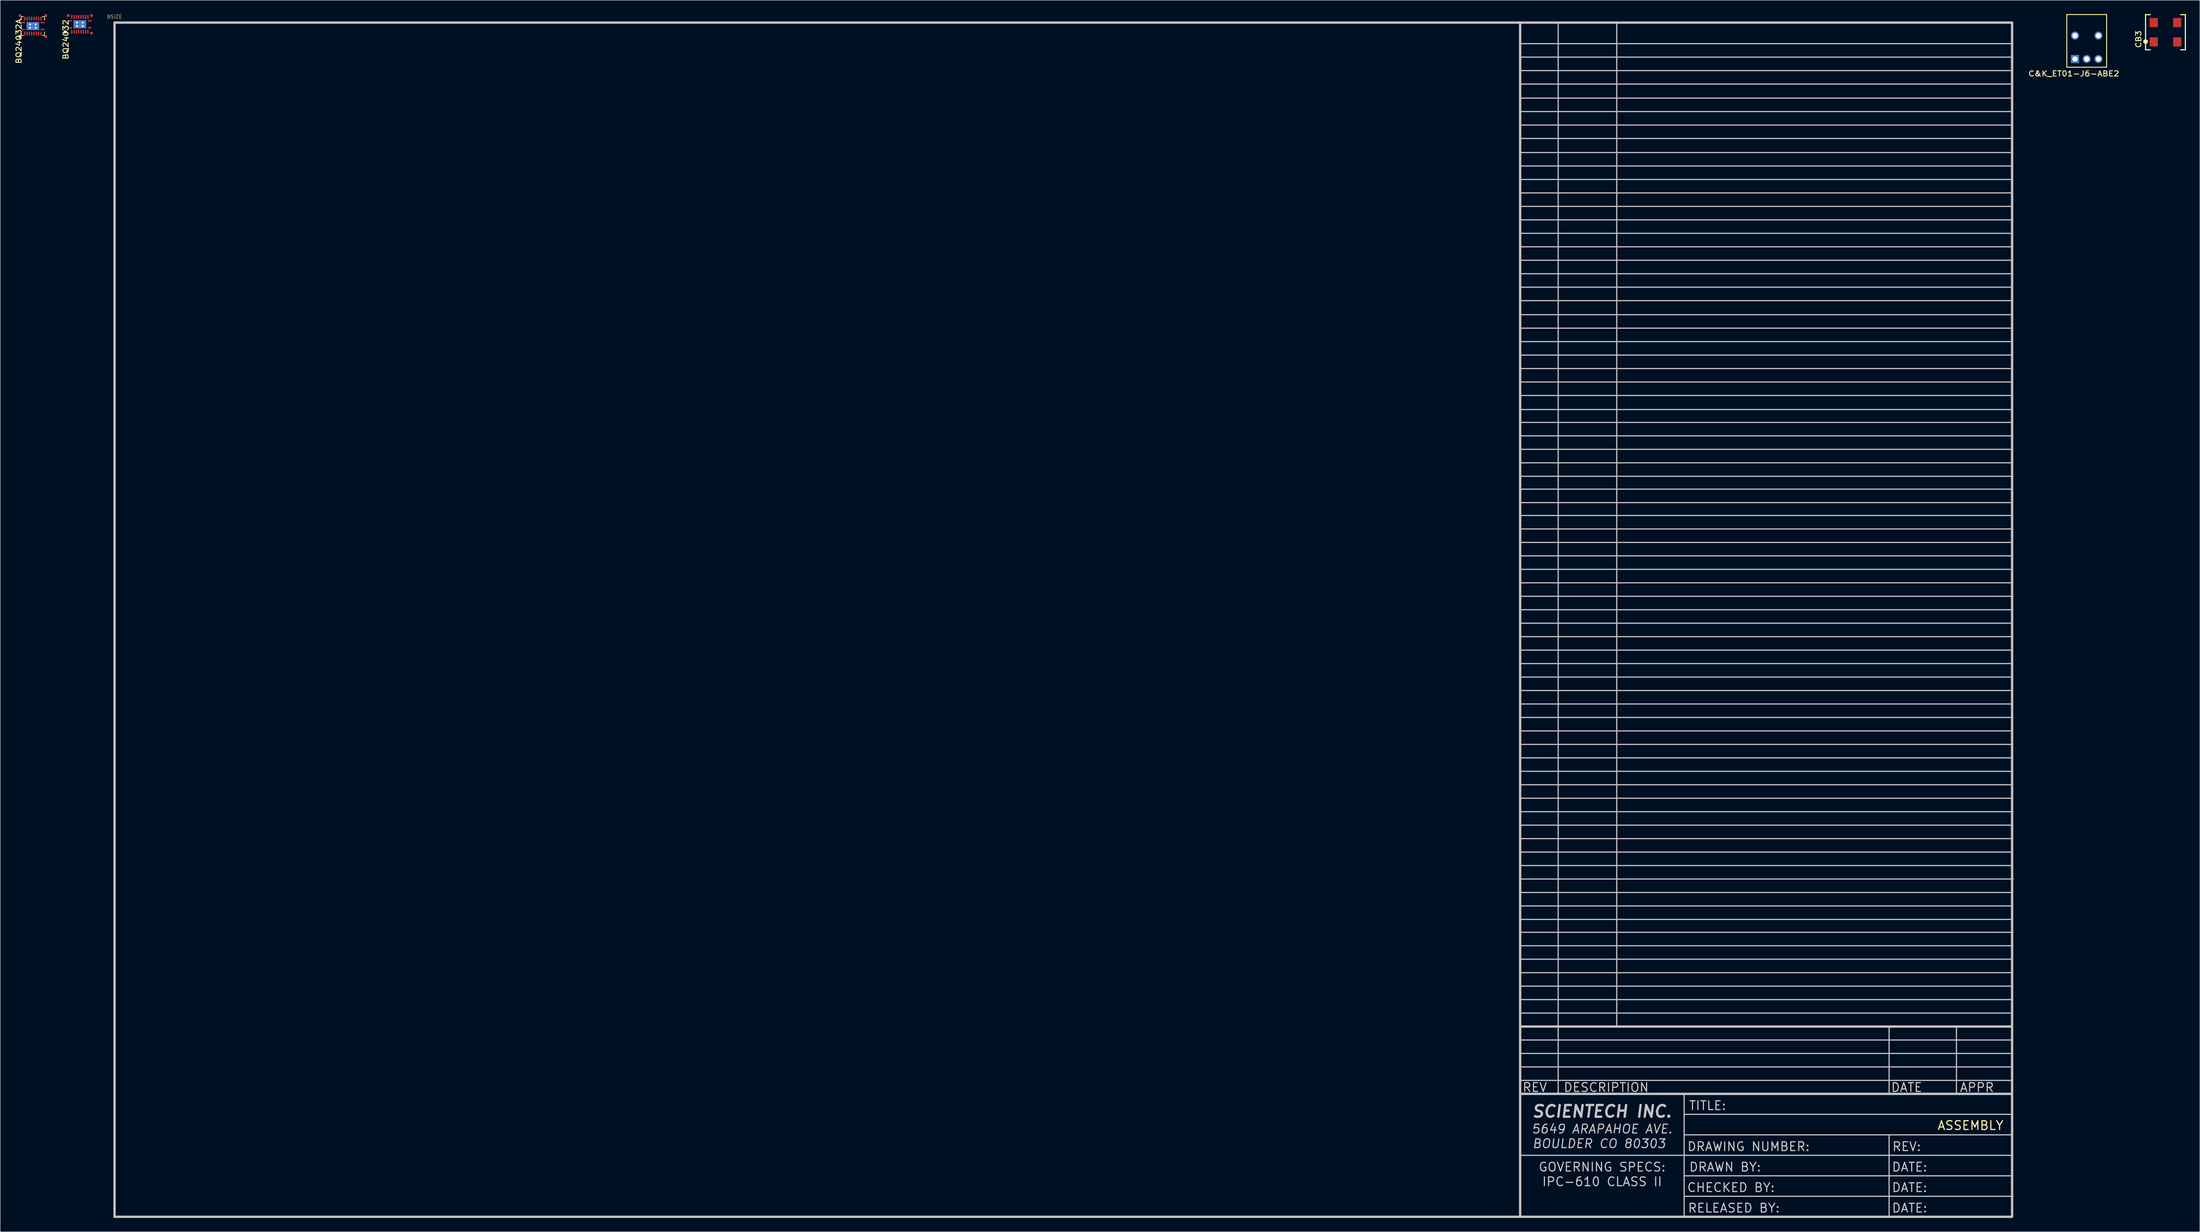
<source format=kicad_pcb>
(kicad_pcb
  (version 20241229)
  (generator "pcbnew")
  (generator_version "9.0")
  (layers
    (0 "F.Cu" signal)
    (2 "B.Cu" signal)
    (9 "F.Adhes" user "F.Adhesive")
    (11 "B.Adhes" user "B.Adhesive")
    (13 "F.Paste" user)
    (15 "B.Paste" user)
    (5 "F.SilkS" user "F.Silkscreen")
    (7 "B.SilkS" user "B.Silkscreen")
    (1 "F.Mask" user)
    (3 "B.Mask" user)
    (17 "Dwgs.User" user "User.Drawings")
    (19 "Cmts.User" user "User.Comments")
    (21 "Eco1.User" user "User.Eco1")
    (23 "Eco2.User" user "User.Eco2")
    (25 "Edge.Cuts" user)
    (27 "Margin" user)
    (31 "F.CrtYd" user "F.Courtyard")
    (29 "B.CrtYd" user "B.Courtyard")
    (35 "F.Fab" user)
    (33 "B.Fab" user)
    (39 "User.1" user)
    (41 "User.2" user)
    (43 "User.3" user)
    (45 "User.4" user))
  (footprint "BSIZE"
    (layer "F.Cu")
    (at 21.786 1.85)
    (property "Reference" "BSIZE" (at 0 -1.27 0) (layer "F.SilkS") (effects (font (size 0.762 0.762) (thickness 0.076))))
    (attr through_hole)
    (fp_line (start 0 0) (end 411.48 0) (stroke (width 0.508) (type solid)) (layer "Dwgs.User"))
    (fp_line (start 0 259.08) (end 0 0) (stroke (width 0.508) (type solid)) (layer "Dwgs.User"))
    (fp_line (start 0 259.08) (end 411.48 259.08) (stroke (width 0.508) (type solid)) (layer "Dwgs.User"))
    (fp_line (start 304.8 4.572) (end 411.48 4.572) (stroke (width 0.254) (type solid)) (layer "Dwgs.User"))
    (fp_line (start 304.8 7.493) (end 411.48 7.493) (stroke (width 0.254) (type solid)) (layer "Dwgs.User"))
    (fp_line (start 304.8 13.335) (end 411.48 13.335) (stroke (width 0.254) (type solid)) (layer "Dwgs.User"))
    (fp_line (start 304.8 16.383) (end 411.48 16.383) (stroke (width 0.254) (type solid)) (layer "Dwgs.User"))
    (fp_line (start 304.8 22.225) (end 411.48 22.225) (stroke (width 0.254) (type solid)) (layer "Dwgs.User"))
    (fp_line (start 304.8 25.146) (end 411.48 25.146) (stroke (width 0.254) (type solid)) (layer "Dwgs.User"))
    (fp_line (start 304.8 31.115) (end 411.48 31.115) (stroke (width 0.254) (type solid)) (layer "Dwgs.User"))
    (fp_line (start 304.8 34.036) (end 411.48 34.036) (stroke (width 0.254) (type solid)) (layer "Dwgs.User"))
    (fp_line (start 304.8 39.878) (end 411.48 39.878) (stroke (width 0.254) (type solid)) (layer "Dwgs.User"))
    (fp_line (start 304.8 45.72) (end 411.48 45.72) (stroke (width 0.254) (type solid)) (layer "Dwgs.User"))
    (fp_line (start 304.8 48.641) (end 411.48 48.641) (stroke (width 0.254) (type solid)) (layer "Dwgs.User"))
    (fp_line (start 304.8 54.483) (end 411.48 54.483) (stroke (width 0.254) (type solid)) (layer "Dwgs.User"))
    (fp_line (start 304.8 60.325) (end 411.48 60.325) (stroke (width 0.254) (type solid)) (layer "Dwgs.User"))
    (fp_line (start 304.8 63.373) (end 411.48 63.373) (stroke (width 0.254) (type solid)) (layer "Dwgs.User"))
    (fp_line (start 304.8 66.294) (end 411.48 66.294) (stroke (width 0.254) (type solid)) (layer "Dwgs.User"))
    (fp_line (start 304.8 72.136) (end 411.48 72.136) (stroke (width 0.254) (type solid)) (layer "Dwgs.User"))
    (fp_line (start 304.8 75.057) (end 411.48 75.057) (stroke (width 0.254) (type solid)) (layer "Dwgs.User"))
    (fp_line (start 304.8 80.899) (end 411.48 80.899) (stroke (width 0.254) (type solid)) (layer "Dwgs.User"))
    (fp_line (start 304.8 83.947) (end 411.48 83.947) (stroke (width 0.254) (type solid)) (layer "Dwgs.User"))
    (fp_line (start 304.8 89.662) (end 411.48 89.662) (stroke (width 0.254) (type solid)) (layer "Dwgs.User"))
    (fp_line (start 304.8 92.583) (end 411.48 92.583) (stroke (width 0.254) (type solid)) (layer "Dwgs.User"))
    (fp_line (start 304.8 98.425) (end 411.48 98.425) (stroke (width 0.254) (type solid)) (layer "Dwgs.User"))
    (fp_line (start 304.8 101.219) (end 411.48 101.219) (stroke (width 0.254) (type solid)) (layer "Dwgs.User"))
    (fp_line (start 304.8 106.934) (end 411.48 106.934) (stroke (width 0.254) (type solid)) (layer "Dwgs.User"))
    (fp_line (start 304.8 109.855) (end 411.48 109.855) (stroke (width 0.254) (type solid)) (layer "Dwgs.User"))
    (fp_line (start 304.8 115.697) (end 411.48 115.697) (stroke (width 0.254) (type solid)) (layer "Dwgs.User"))
    (fp_line (start 304.8 118.618) (end 411.48 118.618) (stroke (width 0.254) (type solid)) (layer "Dwgs.User"))
    (fp_line (start 304.8 121.539) (end 411.48 121.539) (stroke (width 0.254) (type solid)) (layer "Dwgs.User"))
    (fp_line (start 304.8 127.381) (end 411.48 127.381) (stroke (width 0.254) (type solid)) (layer "Dwgs.User"))
    (fp_line (start 304.8 133.223) (end 411.48 133.223) (stroke (width 0.254) (type solid)) (layer "Dwgs.User"))
    (fp_line (start 304.8 139.065) (end 411.48 139.065) (stroke (width 0.254) (type solid)) (layer "Dwgs.User"))
    (fp_line (start 304.8 144.907) (end 411.48 144.907) (stroke (width 0.254) (type solid)) (layer "Dwgs.User"))
    (fp_line (start 304.8 150.749) (end 411.48 150.749) (stroke (width 0.254) (type solid)) (layer "Dwgs.User"))
    (fp_line (start 304.8 156.591) (end 411.48 156.591) (stroke (width 0.254) (type solid)) (layer "Dwgs.User"))
    (fp_line (start 304.8 162.433) (end 411.48 162.433) (stroke (width 0.254) (type solid)) (layer "Dwgs.User"))
    (fp_line (start 304.8 165.354) (end 411.48 165.354) (stroke (width 0.254) (type solid)) (layer "Dwgs.User"))
    (fp_line (start 304.8 171.196) (end 411.48 171.196) (stroke (width 0.254) (type solid)) (layer "Dwgs.User"))
    (fp_line (start 304.8 177.038) (end 411.48 177.038) (stroke (width 0.254) (type solid)) (layer "Dwgs.User"))
    (fp_line (start 304.8 188.722) (end 411.48 188.722) (stroke (width 0.254) (type solid)) (layer "Dwgs.User"))
    (fp_line (start 304.8 191.643) (end 411.48 191.643) (stroke (width 0.254) (type solid)) (layer "Dwgs.User"))
    (fp_line (start 304.8 197.358) (end 411.48 197.358) (stroke (width 0.254) (type solid)) (layer "Dwgs.User"))
    (fp_line (start 304.8 203.2) (end 411.48 203.2) (stroke (width 0.254) (type solid)) (layer "Dwgs.User"))
    (fp_line (start 304.8 209.042) (end 411.48 209.042) (stroke (width 0.254) (type solid)) (layer "Dwgs.User"))
    (fp_line (start 304.8 226.568) (end 411.48 226.568) (stroke (width 0.254) (type solid)) (layer "Dwgs.User"))
    (fp_line (start 304.8 232.41) (end 411.48 232.41) (stroke (width 0.508) (type solid)) (layer "Dwgs.User"))
    (fp_line (start 304.8 245.745) (end 411.48 245.745) (stroke (width 0.254) (type solid)) (layer "Dwgs.User"))
    (fp_line (start 304.8 259.08) (end 304.8 0) (stroke (width 0.508) (type solid)) (layer "Dwgs.User"))
    (fp_line (start 304.927 214.884) (end 411.607 214.884) (stroke (width 0.254) (type solid)) (layer "Dwgs.User"))
    (fp_line (start 304.927 220.726) (end 411.607 220.726) (stroke (width 0.254) (type solid)) (layer "Dwgs.User"))
    (fp_line (start 313.055 0) (end 313.055 232.41) (stroke (width 0.254) (type solid)) (layer "Dwgs.User"))
    (fp_line (start 325.755 217.805) (end 325.755 0) (stroke (width 0.254) (type solid)) (layer "Dwgs.User"))
    (fp_line (start 340.36 241.3) (end 411.48 241.3) (stroke (width 0.254) (type solid)) (layer "Dwgs.User"))
    (fp_line (start 340.36 254.635) (end 411.48 254.635) (stroke (width 0.254) (type solid)) (layer "Dwgs.User"))
    (fp_line (start 340.36 259.08) (end 340.36 232.41) (stroke (width 0.254) (type solid)) (layer "Dwgs.User"))
    (fp_line (start 384.81 217.805) (end 384.81 232.41) (stroke (width 0.254) (type solid)) (layer "Dwgs.User"))
    (fp_line (start 384.81 259.08) (end 384.81 241.3) (stroke (width 0.254) (type solid)) (layer "Dwgs.User"))
    (fp_line (start 399.415 217.805) (end 399.415 232.41) (stroke (width 0.254) (type solid)) (layer "Dwgs.User"))
    (fp_line (start 411.48 0) (end 411.48 259.08) (stroke (width 0.508) (type solid)) (layer "Dwgs.User"))
    (fp_line (start 411.48 10.414) (end 304.8 10.414) (stroke (width 0.254) (type solid)) (layer "Dwgs.User"))
    (fp_line (start 411.48 19.304) (end 304.8 19.304) (stroke (width 0.254) (type solid)) (layer "Dwgs.User"))
    (fp_line (start 411.48 28.194) (end 304.8 28.194) (stroke (width 0.254) (type solid)) (layer "Dwgs.User"))
    (fp_line (start 411.48 36.957) (end 304.8 36.957) (stroke (width 0.254) (type solid)) (layer "Dwgs.User"))
    (fp_line (start 411.48 42.799) (end 304.8 42.799) (stroke (width 0.254) (type solid)) (layer "Dwgs.User"))
    (fp_line (start 411.48 51.562) (end 304.8 51.562) (stroke (width 0.254) (type solid)) (layer "Dwgs.User"))
    (fp_line (start 411.48 57.404) (end 304.8 57.404) (stroke (width 0.254) (type solid)) (layer "Dwgs.User"))
    (fp_line (start 411.48 69.215) (end 304.8 69.215) (stroke (width 0.254) (type solid)) (layer "Dwgs.User"))
    (fp_line (start 411.48 77.978) (end 304.8 77.978) (stroke (width 0.254) (type solid)) (layer "Dwgs.User"))
    (fp_line (start 411.48 86.741) (end 304.8 86.741) (stroke (width 0.254) (type solid)) (layer "Dwgs.User"))
    (fp_line (start 411.48 95.504) (end 304.8 95.504) (stroke (width 0.254) (type solid)) (layer "Dwgs.User"))
    (fp_line (start 411.48 104.14) (end 304.8 104.14) (stroke (width 0.254) (type solid)) (layer "Dwgs.User"))
    (fp_line (start 411.48 112.776) (end 304.8 112.776) (stroke (width 0.254) (type solid)) (layer "Dwgs.User"))
    (fp_line (start 411.48 124.46) (end 304.8 124.46) (stroke (width 0.254) (type solid)) (layer "Dwgs.User"))
    (fp_line (start 411.48 130.302) (end 304.8 130.302) (stroke (width 0.254) (type solid)) (layer "Dwgs.User"))
    (fp_line (start 411.48 136.144) (end 304.8 136.144) (stroke (width 0.254) (type solid)) (layer "Dwgs.User"))
    (fp_line (start 411.48 141.986) (end 304.8 141.986) (stroke (width 0.254) (type solid)) (layer "Dwgs.User"))
    (fp_line (start 411.48 147.828) (end 304.8 147.828) (stroke (width 0.254) (type solid)) (layer "Dwgs.User"))
    (fp_line (start 411.48 153.67) (end 304.8 153.67) (stroke (width 0.254) (type solid)) (layer "Dwgs.User"))
    (fp_line (start 411.48 159.512) (end 304.8 159.512) (stroke (width 0.254) (type solid)) (layer "Dwgs.User"))
    (fp_line (start 411.48 168.275) (end 304.8 168.275) (stroke (width 0.254) (type solid)) (layer "Dwgs.User"))
    (fp_line (start 411.48 174.117) (end 304.8 174.117) (stroke (width 0.254) (type solid)) (layer "Dwgs.User"))
    (fp_line (start 411.48 179.959) (end 304.8 179.959) (stroke (width 0.254) (type solid)) (layer "Dwgs.User"))
    (fp_line (start 411.48 182.88) (end 304.8 182.88) (stroke (width 0.254) (type solid)) (layer "Dwgs.User"))
    (fp_line (start 411.48 194.564) (end 304.8 194.564) (stroke (width 0.254) (type solid)) (layer "Dwgs.User"))
    (fp_line (start 411.48 200.279) (end 304.8 200.279) (stroke (width 0.254) (type solid)) (layer "Dwgs.User"))
    (fp_line (start 411.48 206.121) (end 304.8 206.121) (stroke (width 0.254) (type solid)) (layer "Dwgs.User"))
    (fp_line (start 411.48 211.963) (end 304.8 211.963) (stroke (width 0.254) (type solid)) (layer "Dwgs.User"))
    (fp_line (start 411.48 217.805) (end 304.8 217.805) (stroke (width 0.508) (type solid)) (layer "Dwgs.User"))
    (fp_line (start 411.48 223.647) (end 304.8 223.647) (stroke (width 0.254) (type solid)) (layer "Dwgs.User"))
    (fp_line (start 411.48 229.489) (end 304.8 229.489) (stroke (width 0.254) (type solid)) (layer "Dwgs.User"))
    (fp_line (start 411.48 236.855) (end 340.36 236.855) (stroke (width 0.254) (type solid)) (layer "Dwgs.User"))
    (fp_line (start 411.48 250.19) (end 340.36 250.19) (stroke (width 0.254) (type solid)) (layer "Dwgs.User"))
    (fp_line (start 411.734 185.801) (end 305.054 185.801) (stroke (width 0.254) (type solid)) (layer "Dwgs.User"))
    (fp_text user "ASSEMBLY" (at 402.463 239.268 0) (layer "F.SilkS") (effects (font (size 1.905 1.905) (thickness 0.254))))
    (fp_text user "APPR" (at 403.86 231.013 0) (layer "Dwgs.User") (effects (font (size 1.905 1.905) (thickness 0.254))))
    (fp_text user "DESCRIPTION" (at 323.469 231.013 0) (layer "Dwgs.User") (effects (font (size 1.905 1.905) (thickness 0.254))))
    (fp_text user "DATE" (at 388.62 231.013 0) (layer "Dwgs.User") (effects (font (size 1.905 1.905) (thickness 0.254))))
    (fp_text user "DRAWING NUMBER:" (at 354.33 243.84 0) (layer "Dwgs.User") (effects (font (size 1.905 1.905) (thickness 0.254))))
    (fp_text user "DATE:" (at 389.255 257.175 0) (layer "Dwgs.User") (effects (font (size 1.905 1.905) (thickness 0.254))))
    (fp_text user "GOVERNING SPECS:" (at 322.58 248.285 0) (layer "Dwgs.User") (effects (font (size 1.905 1.905) (thickness 0.254))))
    (fp_text user "DATE:" (at 389.255 252.73 0) (layer "Dwgs.User") (effects (font (size 1.905 1.905) (thickness 0.254))))
    (fp_text user "CHECKED BY:" (at 350.52 252.73 0) (layer "Dwgs.User") (effects (font (size 1.905 1.905) (thickness 0.254))))
    (fp_text user "SCIENTECH INC." (at 322.58 236.22 0) (layer "Dwgs.User") (effects (font (size 2.54 2.54) (thickness 0.508) (italic yes))))
    (fp_text user "IPC-610 CLASS II" (at 322.58 251.46 0) (layer "Dwgs.User") (effects (font (size 1.905 1.905) (thickness 0.254))))
    (fp_text user "BOULDER CO 80303" (at 321.945 243.205 0) (layer "Dwgs.User") (effects (font (size 1.905 1.905) (thickness 0.254) (italic yes))))
    (fp_text user "REV" (at 307.975 231.013 0) (layer "Dwgs.User") (effects (font (size 1.905 1.905) (thickness 0.254))))
    (fp_text user "DRAWN BY:" (at 349.25 248.285 0) (layer "Dwgs.User") (effects (font (size 1.905 1.905) (thickness 0.254))))
    (fp_text user "5649 ARAPAHOE AVE." (at 322.58 240.03 0) (layer "Dwgs.User") (effects (font (size 1.905 1.905) (thickness 0.254) (italic yes))))
    (fp_text user "REV:" (at 388.62 243.84 0) (layer "Dwgs.User") (effects (font (size 1.905 1.905) (thickness 0.254))))
    (fp_text user "TITLE:" (at 345.44 234.95 0) (layer "Dwgs.User") (effects (font (size 1.905 1.905) (thickness 0.254))))
    (fp_text user "DATE:" (at 389.255 248.285 0) (layer "Dwgs.User") (effects (font (size 1.905 1.905) (thickness 0.254))))
    (fp_text user "RELEASED BY:" (at 351.155 257.175 0) (layer "Dwgs.User") (effects (font (size 1.905 1.905) (thickness 0.254)))))
  (footprint "C&K_ET01-J6-ABE2"
    (layer "F.Cu")
    (at 449.447 9.754)
    (property "Reference" "C&K_ET01-J6-ABE2" (at -2.794 3.175 0) (layer "F.SilkS") (effects (font (size 1.143 1.27) (thickness 0.203))))
    (attr smd)
    (fp_line (start -4.318 1.778) (end -4.318 -9.652) (stroke (width 0.203) (type solid)) (layer "F.SilkS"))
    (fp_line (start 4.318 -9.652) (end -4.318 -9.652) (stroke (width 0.203) (type solid)) (layer "F.SilkS"))
    (fp_line (start 4.318 -9.652) (end 4.318 1.778) (stroke (width 0.203) (type solid)) (layer "F.SilkS"))
    (fp_line (start 4.318 1.778) (end -4.318 1.778) (stroke (width 0.203) (type solid)) (layer "F.SilkS"))
    (fp_line (start -4.318 -9.652) (end -4.318 1.778) (stroke (width 0.203) (type solid)) (layer "Eco1.User"))
    (fp_line (start -4.318 1.778) (end 4.318 1.778) (stroke (width 0.203) (type solid)) (layer "Eco1.User"))
    (fp_line (start 4.318 -9.652) (end -4.318 -9.652) (stroke (width 0.203) (type solid)) (layer "Eco1.User"))
    (fp_line (start 4.318 1.778) (end 4.318 -9.652) (stroke (width 0.203) (type solid)) (layer "Eco1.User"))
    (pad "1" thru_hole rect (at -2.54 0) (size 1.753 1.753) (drill 1.143) (layers "*.Cu" "*.Mask" "Eco1.User"))
    (pad "2" thru_hole circle (at 0 0) (size 1.753 1.753) (drill 1.143) (layers "*.Cu" "*.Mask" "Eco1.User"))
    (pad "3" thru_hole circle (at 2.54 0) (size 1.753 1.753) (drill 1.143) (layers "*.Cu" "*.Mask" "Eco1.User"))
    (pad "4" thru_hole circle (at 2.54 -5.08) (size 1.753 1.753) (drill 1.143) (layers "*.Cu" "*.Mask" "Eco1.User"))
    (pad "5" thru_hole circle (at -2.54 -5.08) (size 1.753 1.753) (drill 1.143) (layers "*.Cu" "*.Mask" "Eco1.User")))
  (footprint "BQ24032"
    (layer "F.Cu")
    (at 14.258 2.223)
    (property "Reference" "BQ24032" (at -3.048 3.302 90) (layer "F.SilkS") (effects (font (size 1.143 1.27) (thickness 0.203))))
    (attr smd)
    (pad "" smd rect (at -3.175 1.651) (size 0.635 0.635) (layers "F.Mask" "F.SilkS" "Eco1.User"))
    (pad "1" smd rect (at -2.112 0.75 90) (size 0.28 0.825) (layers "F.Cu" "F.Mask" "F.Paste" "Eco1.User"))
    (pad "2" smd rect (at -1.75 1.613) (size 0.28 0.825) (layers "F.Cu" "F.Mask" "F.Paste" "Eco1.User"))
    (pad "3" smd rect (at -1.25 1.613) (size 0.28 0.825) (layers "F.Cu" "F.Mask" "F.Paste" "Eco1.User"))
    (pad "4" smd rect (at -0.75 1.613) (size 0.28 0.825) (layers "F.Cu" "F.Mask" "F.Paste" "Eco1.User"))
    (pad "5" smd rect (at -0.25 1.613) (size 0.28 0.825) (layers "F.Cu" "F.Mask" "F.Paste" "Eco1.User"))
    (pad "6" smd rect (at 0.25 1.613) (size 0.28 0.825) (layers "F.Cu" "F.Mask" "F.Paste" "Eco1.User"))
    (pad "7" smd rect (at 0.75 1.613) (size 0.28 0.825) (layers "F.Cu" "F.Mask" "F.Paste" "Eco1.User"))
    (pad "8" smd rect (at 1.25 1.613) (size 0.28 0.825) (layers "F.Cu" "F.Mask" "F.Paste" "Eco1.User"))
    (pad "9" smd rect (at 1.75 1.613) (size 0.28 0.825) (layers "F.Cu" "F.Mask" "F.Paste" "Eco1.User"))
    (pad "10" smd rect (at 2.112 0.75 90) (size 0.28 0.825) (layers "F.Cu" "F.Mask" "F.Paste" "Eco1.User"))
    (pad "11" smd rect (at 2.112 -0.75 90) (size 0.28 0.825) (layers "F.Cu" "F.Mask" "F.Paste" "Eco1.User"))
    (pad "12" smd rect (at 1.75 -1.613) (size 0.28 0.825) (layers "F.Cu" "F.Mask" "F.Paste" "Eco1.User"))
    (pad "13" smd rect (at 1.25 -1.613) (size 0.28 0.825) (layers "F.Cu" "F.Mask" "F.Paste" "Eco1.User"))
    (pad "14" smd rect (at 0.75 -1.613) (size 0.28 0.825) (layers "F.Cu" "F.Mask" "F.Paste" "Eco1.User"))
    (pad "15" smd rect (at 0.25 -1.613) (size 0.28 0.825) (layers "F.Cu" "F.Mask" "F.Paste" "Eco1.User"))
    (pad "16" smd rect (at -0.25 -1.613) (size 0.28 0.825) (layers "F.Cu" "F.Mask" "F.Paste" "Eco1.User"))
    (pad "17" smd rect (at -0.75 -1.613) (size 0.28 0.825) (layers "F.Cu" "F.Mask" "F.Paste" "Eco1.User"))
    (pad "18" smd rect (at -1.25 -1.613) (size 0.28 0.825) (layers "F.Cu" "F.Mask" "F.Paste" "Eco1.User"))
    (pad "19" smd rect (at -1.75 -1.613) (size 0.28 0.825) (layers "F.Cu" "F.Mask" "F.Paste" "Eco1.User"))
    (pad "20" smd rect (at -2.112 -0.75 90) (size 0.28 0.825) (layers "F.Cu" "F.Mask" "F.Paste" "Eco1.User"))
    (pad "22" thru_hole rect (at -0.625 -0.375) (size 1.501 1.001) (drill 0.406) (layers "*.Cu" "*.Mask" "F.Paste"))
    (pad "22" thru_hole rect (at -0.625 0.375) (size 1.501 1.001) (drill 0.406) (layers "*.Cu" "*.Mask" "F.Paste"))
    (pad "22" thru_hole rect (at 0.625 -0.375) (size 1.501 1.001) (drill 0.406) (layers "*.Cu" "*.Mask" "F.Paste"))
    (pad "22" thru_hole rect (at 0.625 0.375) (size 1.501 1.001) (drill 0.406) (layers "*.Cu" "*.Mask" "F.Paste"))
    (pad "23" smd circle (at -2.54 -1.905) (size 0.635 0.635) (layers "F.Cu" "F.Mask"))
    (pad "23" smd circle (at 2.54 -1.905) (size 0.635 0.635) (layers "F.Cu" "F.Mask"))
    (pad "23" smd circle (at 2.54 1.905) (size 0.635 0.635) (layers "F.Cu" "F.Mask")))
  (footprint "BQ24032A"
    (layer "F.Cu")
    (at 4.073 2.603)
    (property "Reference" "BQ24032A" (at -3.048 3.302 90) (layer "F.SilkS") (effects (font (size 1.143 1.27) (thickness 0.203))))
    (attr smd)
    (fp_line (start -2.54 -2.032) (end -2.54 -1.27) (stroke (width 0.15) (type solid)) (layer "F.SilkS"))
    (fp_line (start -2.54 -2.032) (end -2.032 -2.032) (stroke (width 0.15) (type solid)) (layer "F.SilkS"))
    (fp_line (start -2.54 2.032) (end -2.54 1.27) (stroke (width 0.15) (type solid)) (layer "F.SilkS"))
    (fp_line (start -2.54 2.032) (end -2.032 2.032) (stroke (width 0.15) (type solid)) (layer "F.SilkS"))
    (fp_line (start 2.54 -2.032) (end 2.032 -2.032) (stroke (width 0.15) (type solid)) (layer "F.SilkS"))
    (fp_line (start 2.54 -2.032) (end 2.54 -1.27) (stroke (width 0.15) (type solid)) (layer "F.SilkS"))
    (fp_line (start 2.54 2.032) (end 2.032 2.032) (stroke (width 0.15) (type solid)) (layer "F.SilkS"))
    (fp_line (start 2.54 2.032) (end 2.54 1.27) (stroke (width 0.15) (type solid)) (layer "F.SilkS"))
    (pad "" smd rect (at -2.794 2.286) (size 0.635 0.635) (layers "F.Mask" "F.SilkS" "Eco1.User"))
    (pad "1" smd rect (at -2.112 0.75 90) (size 0.28 0.825) (layers "F.Cu" "F.Mask" "F.Paste" "Eco1.User"))
    (pad "2" smd rect (at -1.75 1.613) (size 0.28 0.825) (layers "F.Cu" "F.Mask" "F.Paste" "Eco1.User"))
    (pad "3" smd rect (at -1.25 1.613) (size 0.28 0.825) (layers "F.Cu" "F.Mask" "F.Paste" "Eco1.User"))
    (pad "4" smd rect (at -0.75 1.613) (size 0.28 0.825) (layers "F.Cu" "F.Mask" "F.Paste" "Eco1.User"))
    (pad "5" smd rect (at -0.25 1.613) (size 0.28 0.825) (layers "F.Cu" "F.Mask" "F.Paste" "Eco1.User"))
    (pad "6" smd rect (at 0.25 1.613) (size 0.28 0.825) (layers "F.Cu" "F.Mask" "F.Paste" "Eco1.User"))
    (pad "7" smd rect (at 0.75 1.613) (size 0.28 0.825) (layers "F.Cu" "F.Mask" "F.Paste" "Eco1.User"))
    (pad "8" smd rect (at 1.25 1.613) (size 0.28 0.825) (layers "F.Cu" "F.Mask" "F.Paste" "Eco1.User"))
    (pad "9" smd rect (at 1.75 1.613) (size 0.28 0.825) (layers "F.Cu" "F.Mask" "F.Paste" "Eco1.User"))
    (pad "10" smd rect (at 2.112 0.75 90) (size 0.28 0.825) (layers "F.Cu" "F.Mask" "F.Paste" "Eco1.User"))
    (pad "11" smd rect (at 2.112 -0.75 90) (size 0.28 0.825) (layers "F.Cu" "F.Mask" "F.Paste" "Eco1.User"))
    (pad "12" smd rect (at 1.75 -1.613) (size 0.28 0.825) (layers "F.Cu" "F.Mask" "F.Paste" "Eco1.User"))
    (pad "13" smd rect (at 1.25 -1.613) (size 0.28 0.825) (layers "F.Cu" "F.Mask" "F.Paste" "Eco1.User"))
    (pad "14" smd rect (at 0.75 -1.613) (size 0.28 0.825) (layers "F.Cu" "F.Mask" "F.Paste" "Eco1.User"))
    (pad "15" smd rect (at 0.25 -1.613) (size 0.28 0.825) (layers "F.Cu" "F.Mask" "F.Paste" "Eco1.User"))
    (pad "16" smd rect (at -0.25 -1.613) (size 0.28 0.825) (layers "F.Cu" "F.Mask" "F.Paste" "Eco1.User"))
    (pad "17" smd rect (at -0.75 -1.613) (size 0.28 0.825) (layers "F.Cu" "F.Mask" "F.Paste" "Eco1.User"))
    (pad "18" smd rect (at -1.25 -1.613) (size 0.28 0.825) (layers "F.Cu" "F.Mask" "F.Paste" "Eco1.User"))
    (pad "19" smd rect (at -1.75 -1.613) (size 0.28 0.825) (layers "F.Cu" "F.Mask" "F.Paste" "Eco1.User"))
    (pad "20" smd rect (at -2.112 -0.75 90) (size 0.28 0.825) (layers "F.Cu" "F.Mask" "F.Paste" "Eco1.User"))
    (pad "22" thru_hole rect (at -0.625 -0.375) (size 1.501 1.001) (drill 0.406) (layers "*.Cu" "*.Mask" "F.Paste"))
    (pad "22" thru_hole rect (at -0.625 0.375) (size 1.501 1.001) (drill 0.406) (layers "*.Cu" "*.Mask" "F.Paste"))
    (pad "22" thru_hole rect (at 0.625 -0.375) (size 1.501 1.001) (drill 0.406) (layers "*.Cu" "*.Mask" "F.Paste"))
    (pad "22" thru_hole rect (at 0.625 0.375) (size 1.501 1.001) (drill 0.406) (layers "*.Cu" "*.Mask" "F.Paste"))
    (pad "23" smd circle (at -2.794 -2.286) (size 0.635 0.635) (layers "F.Cu" "F.Mask"))
    (pad "23" smd circle (at 2.794 -2.286) (size 0.635 0.635) (layers "F.Cu" "F.Mask"))
    (pad "23" smd circle (at 2.794 2.286) (size 0.635 0.635) (layers "F.Cu" "F.Mask")))
  (footprint "CB3"
    (layer "F.Cu")
    (at 466.525 3.937)
    (property "Reference" "CB3" (at -5.842 1.524 90) (layer "F.SilkS") (effects (font (size 1.143 1.27) (thickness 0.203))))
    (attr through_hole)
    (fp_line (start -4.318 -3.81) (end -4.318 3.81) (stroke (width 0.254) (type solid)) (layer "F.SilkS"))
    (fp_line (start -4.318 -3.81) (end -3.302 -3.81) (stroke (width 0.254) (type solid)) (layer "F.SilkS"))
    (fp_line (start -3.302 3.81) (end -4.318 3.81) (stroke (width 0.254) (type solid)) (layer "F.SilkS"))
    (fp_line (start 3.302 -3.81) (end 4.318 -3.81) (stroke (width 0.254) (type solid)) (layer "F.SilkS"))
    (fp_line (start 4.318 -3.81) (end 4.318 3.81) (stroke (width 0.254) (type solid)) (layer "F.SilkS"))
    (fp_line (start 4.318 3.81) (end 3.302 3.81) (stroke (width 0.254) (type solid)) (layer "F.SilkS"))
    (fp_circle (center -4.318 2.032) (end -4.064 2.032) (stroke (width 0.508) (type solid)) (fill no) (layer "F.SilkS"))
    (fp_line (start -4.318 -3.81) (end -3.302 -3.81) (stroke (width 0.203) (type solid)) (layer "Eco1.User"))
    (fp_line (start -4.318 3.81) (end -4.318 -3.81) (stroke (width 0.203) (type solid)) (layer "Eco1.User"))
    (fp_line (start -3.302 3.81) (end -4.318 3.81) (stroke (width 0.203) (type solid)) (layer "Eco1.User"))
    (fp_line (start 3.302 -3.81) (end 4.318 -3.81) (stroke (width 0.203) (type solid)) (layer "Eco1.User"))
    (fp_line (start 4.318 -3.81) (end 4.318 3.81) (stroke (width 0.203) (type solid)) (layer "Eco1.User"))
    (fp_line (start 4.318 3.81) (end 3.302 3.81) (stroke (width 0.203) (type solid)) (layer "Eco1.User"))
    (fp_circle (center -4.318 2.032) (end -3.937 2.159) (stroke (width 0.203) (type solid)) (fill no) (layer "Eco1.User"))
    (pad "1" smd rect (at -2.54 2.095) (size 1.778 1.981) (layers "F.Cu" "F.Mask" "F.Paste" "Eco1.User"))
    (pad "2" smd rect (at 2.54 2.095) (size 1.778 1.981) (layers "F.Cu" "F.Mask" "F.Paste" "Eco1.User"))
    (pad "3" smd rect (at 2.54 -2.095) (size 1.778 1.981) (layers "F.Cu" "F.Mask" "F.Paste" "Eco1.User"))
    (pad "4" smd rect (at -2.54 -2.095) (size 1.778 1.981) (layers "F.Cu" "F.Mask" "F.Paste" "Eco1.User")))
  (gr_rect
    (start -3 -3)
    (end 473.97 264.184)
    (stroke (width 0.1) (type default))
    (fill no)
    (layer "Edge.Cuts")))
</source>
